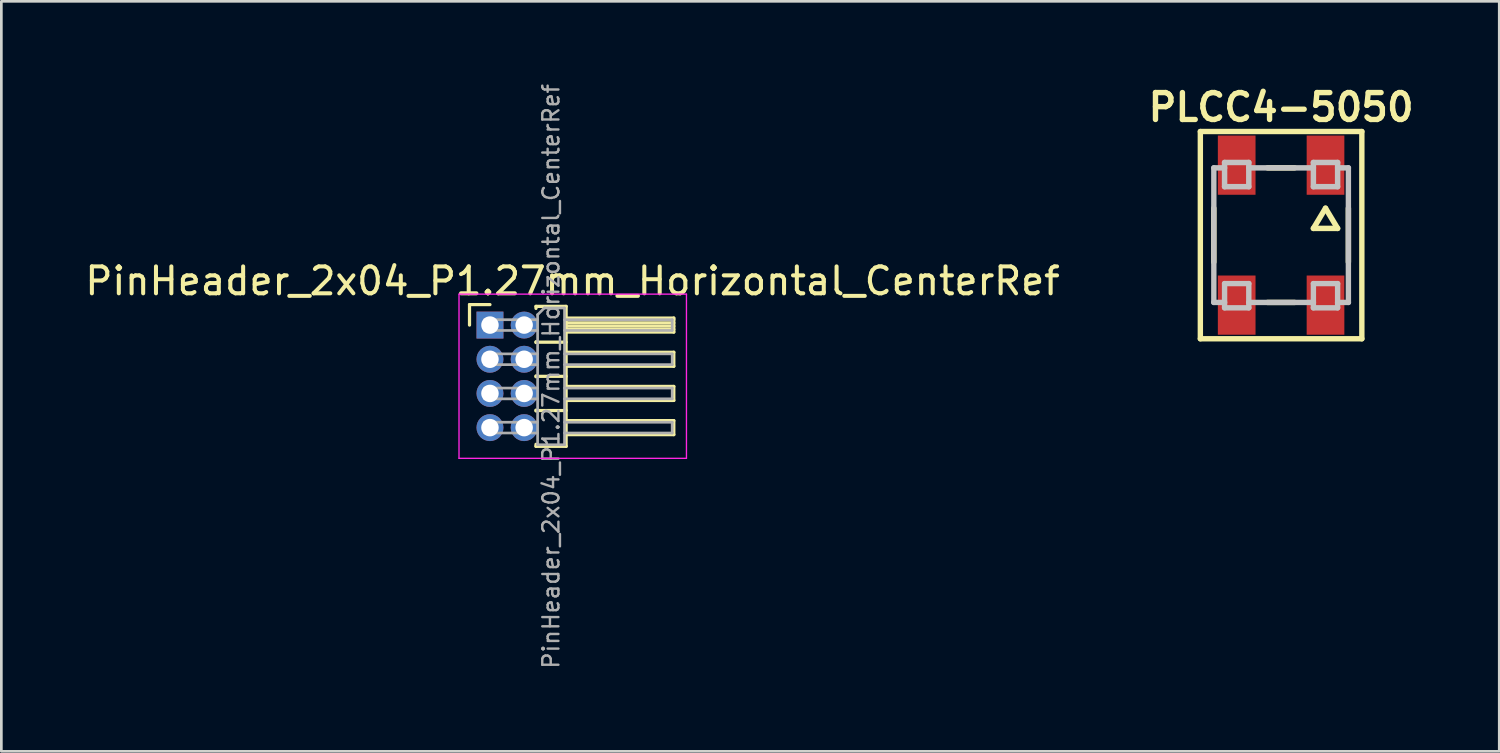
<source format=kicad_pcb>
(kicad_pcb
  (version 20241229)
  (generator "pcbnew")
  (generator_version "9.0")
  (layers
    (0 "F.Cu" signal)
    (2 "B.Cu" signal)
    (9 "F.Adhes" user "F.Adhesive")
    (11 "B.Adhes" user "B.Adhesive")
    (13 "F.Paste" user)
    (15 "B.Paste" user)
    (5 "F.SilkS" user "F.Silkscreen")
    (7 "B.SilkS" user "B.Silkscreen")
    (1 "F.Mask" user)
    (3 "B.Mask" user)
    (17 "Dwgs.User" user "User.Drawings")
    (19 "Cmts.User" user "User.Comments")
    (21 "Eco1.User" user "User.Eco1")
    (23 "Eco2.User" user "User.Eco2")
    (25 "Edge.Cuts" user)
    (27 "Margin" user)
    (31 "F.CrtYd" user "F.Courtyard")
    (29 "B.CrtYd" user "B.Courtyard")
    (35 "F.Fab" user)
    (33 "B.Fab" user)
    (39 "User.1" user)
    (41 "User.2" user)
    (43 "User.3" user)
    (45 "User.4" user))
  (footprint "PinHeader_2x04_P1.27mm_Horizontal_CenterRef"
    (layer "F.Cu")
    (at 15.788 10.932)
    (property "Reference" "PinHeader_2x04_P1.27mm_Horizontal_CenterRef" (at 2.433 -3.54 180) (layer "F.SilkS") (effects (font (size 1 1) (thickness 0.15))))
    (attr through_hole)
    (fp_line (start -1.395 -2.665) (end -0.635 -2.665) (stroke (width 0.12) (type solid)) (layer "F.SilkS"))
    (fp_line (start -1.395 -1.905) (end -1.395 -2.665) (stroke (width 0.12) (type solid)) (layer "F.SilkS"))
    (fp_line (start 1.075 -2.6) (end 2.195 -2.6) (stroke (width 0.12) (type solid)) (layer "F.SilkS"))
    (fp_line (start 1.075 -2.525) (end 1.075 -2.6) (stroke (width 0.12) (type solid)) (layer "F.SilkS"))
    (fp_line (start 1.075 -1.285) (end 1.075 -1.255) (stroke (width 0.12) (type solid)) (layer "F.SilkS"))
    (fp_line (start 1.075 -1.27) (end 2.195 -1.27) (stroke (width 0.12) (type solid)) (layer "F.SilkS"))
    (fp_line (start 1.075 -0.015) (end 1.075 0.015) (stroke (width 0.12) (type solid)) (layer "F.SilkS"))
    (fp_line (start 1.075 0) (end 2.195 0) (stroke (width 0.12) (type solid)) (layer "F.SilkS"))
    (fp_line (start 1.075 1.255) (end 1.075 1.285) (stroke (width 0.12) (type solid)) (layer "F.SilkS"))
    (fp_line (start 1.075 1.27) (end 2.195 1.27) (stroke (width 0.12) (type solid)) (layer "F.SilkS"))
    (fp_line (start 1.075 2.6) (end 1.075 2.525) (stroke (width 0.12) (type solid)) (layer "F.SilkS"))
    (fp_line (start 2.195 -2.6) (end 2.195 2.6) (stroke (width 0.12) (type solid)) (layer "F.SilkS"))
    (fp_line (start 2.195 -2.165) (end 6.195 -2.165) (stroke (width 0.12) (type solid)) (layer "F.SilkS"))
    (fp_line (start 2.195 -2.105) (end 6.195 -2.105) (stroke (width 0.12) (type solid)) (layer "F.SilkS"))
    (fp_line (start 2.195 -1.985) (end 6.195 -1.985) (stroke (width 0.12) (type solid)) (layer "F.SilkS"))
    (fp_line (start 2.195 -1.865) (end 6.195 -1.865) (stroke (width 0.12) (type solid)) (layer "F.SilkS"))
    (fp_line (start 2.195 -1.745) (end 6.195 -1.745) (stroke (width 0.12) (type solid)) (layer "F.SilkS"))
    (fp_line (start 2.195 -0.895) (end 6.195 -0.895) (stroke (width 0.12) (type solid)) (layer "F.SilkS"))
    (fp_line (start 2.195 0.375) (end 6.195 0.375) (stroke (width 0.12) (type solid)) (layer "F.SilkS"))
    (fp_line (start 2.195 1.645) (end 6.195 1.645) (stroke (width 0.12) (type solid)) (layer "F.SilkS"))
    (fp_line (start 2.195 2.6) (end 1.075 2.6) (stroke (width 0.12) (type solid)) (layer "F.SilkS"))
    (fp_line (start 6.195 -2.165) (end 6.195 -1.645) (stroke (width 0.12) (type solid)) (layer "F.SilkS"))
    (fp_line (start 6.195 -1.645) (end 2.195 -1.645) (stroke (width 0.12) (type solid)) (layer "F.SilkS"))
    (fp_line (start 6.195 -0.895) (end 6.195 -0.375) (stroke (width 0.12) (type solid)) (layer "F.SilkS"))
    (fp_line (start 6.195 -0.375) (end 2.195 -0.375) (stroke (width 0.12) (type solid)) (layer "F.SilkS"))
    (fp_line (start 6.195 0.375) (end 6.195 0.895) (stroke (width 0.12) (type solid)) (layer "F.SilkS"))
    (fp_line (start 6.195 0.895) (end 2.195 0.895) (stroke (width 0.12) (type solid)) (layer "F.SilkS"))
    (fp_line (start 6.195 1.645) (end 6.195 2.165) (stroke (width 0.12) (type solid)) (layer "F.SilkS"))
    (fp_line (start 6.195 2.165) (end 2.195 2.165) (stroke (width 0.12) (type solid)) (layer "F.SilkS"))
    (fp_line (start -1.785 -3.055) (end -1.785 3.045) (stroke (width 0.05) (type solid)) (layer "F.CrtYd"))
    (fp_line (start -1.785 3.045) (end 6.665 3.045) (stroke (width 0.05) (type solid)) (layer "F.CrtYd"))
    (fp_line (start 6.665 -3.055) (end -1.785 -3.055) (stroke (width 0.05) (type solid)) (layer "F.CrtYd"))
    (fp_line (start 6.665 3.045) (end 6.665 -3.055) (stroke (width 0.05) (type solid)) (layer "F.CrtYd"))
    (fp_line (start -0.835 -2.105) (end -0.835 -1.705) (stroke (width 0.1) (type solid)) (layer "F.Fab"))
    (fp_line (start -0.835 -2.105) (end 1.135 -2.105) (stroke (width 0.1) (type solid)) (layer "F.Fab"))
    (fp_line (start -0.835 -1.705) (end 1.135 -1.705) (stroke (width 0.1) (type solid)) (layer "F.Fab"))
    (fp_line (start -0.835 -0.835) (end -0.835 -0.435) (stroke (width 0.1) (type solid)) (layer "F.Fab"))
    (fp_line (start -0.835 -0.835) (end 1.135 -0.835) (stroke (width 0.1) (type solid)) (layer "F.Fab"))
    (fp_line (start -0.835 -0.435) (end 1.135 -0.435) (stroke (width 0.1) (type solid)) (layer "F.Fab"))
    (fp_line (start -0.835 0.435) (end -0.835 0.835) (stroke (width 0.1) (type solid)) (layer "F.Fab"))
    (fp_line (start -0.835 0.435) (end 1.135 0.435) (stroke (width 0.1) (type solid)) (layer "F.Fab"))
    (fp_line (start -0.835 0.835) (end 1.135 0.835) (stroke (width 0.1) (type solid)) (layer "F.Fab"))
    (fp_line (start -0.835 1.705) (end -0.835 2.105) (stroke (width 0.1) (type solid)) (layer "F.Fab"))
    (fp_line (start -0.835 1.705) (end 1.135 1.705) (stroke (width 0.1) (type solid)) (layer "F.Fab"))
    (fp_line (start -0.835 2.105) (end 1.135 2.105) (stroke (width 0.1) (type solid)) (layer "F.Fab"))
    (fp_line (start 1.135 -2.29) (end 1.385 -2.54) (stroke (width 0.1) (type solid)) (layer "F.Fab"))
    (fp_line (start 1.135 2.54) (end 1.135 -2.29) (stroke (width 0.1) (type solid)) (layer "F.Fab"))
    (fp_line (start 1.385 -2.54) (end 2.135 -2.54) (stroke (width 0.1) (type solid)) (layer "F.Fab"))
    (fp_line (start 2.135 -2.54) (end 2.135 2.54) (stroke (width 0.1) (type solid)) (layer "F.Fab"))
    (fp_line (start 2.135 -2.105) (end 6.135 -2.105) (stroke (width 0.1) (type solid)) (layer "F.Fab"))
    (fp_line (start 2.135 -1.705) (end 6.135 -1.705) (stroke (width 0.1) (type solid)) (layer "F.Fab"))
    (fp_line (start 2.135 -0.835) (end 6.135 -0.835) (stroke (width 0.1) (type solid)) (layer "F.Fab"))
    (fp_line (start 2.135 -0.435) (end 6.135 -0.435) (stroke (width 0.1) (type solid)) (layer "F.Fab"))
    (fp_line (start 2.135 0.435) (end 6.135 0.435) (stroke (width 0.1) (type solid)) (layer "F.Fab"))
    (fp_line (start 2.135 0.835) (end 6.135 0.835) (stroke (width 0.1) (type solid)) (layer "F.Fab"))
    (fp_line (start 2.135 1.705) (end 6.135 1.705) (stroke (width 0.1) (type solid)) (layer "F.Fab"))
    (fp_line (start 2.135 2.105) (end 6.135 2.105) (stroke (width 0.1) (type solid)) (layer "F.Fab"))
    (fp_line (start 2.135 2.54) (end 1.135 2.54) (stroke (width 0.1) (type solid)) (layer "F.Fab"))
    (fp_line (start 6.135 -2.105) (end 6.135 -1.705) (stroke (width 0.1) (type solid)) (layer "F.Fab"))
    (fp_line (start 6.135 -0.835) (end 6.135 -0.435) (stroke (width 0.1) (type solid)) (layer "F.Fab"))
    (fp_line (start 6.135 0.435) (end 6.135 0.835) (stroke (width 0.1) (type solid)) (layer "F.Fab"))
    (fp_line (start 6.135 1.705) (end 6.135 2.105) (stroke (width 0.1) (type solid)) (layer "F.Fab"))
    (fp_text user "${REFERENCE}" (at 1.635 0 90) (layer "F.Fab") (effects (font (size 0.6 0.6) (thickness 0.09))))
    (pad "1" thru_hole rect (at -0.635 -1.905) (size 1 1) (drill 0.65) (layers "*.Cu" "*.Mask"))
    (pad "2" thru_hole oval (at 0.635 -1.905) (size 1 1) (drill 0.65) (layers "*.Cu" "*.Mask"))
    (pad "3" thru_hole oval (at -0.635 -0.635) (size 1 1) (drill 0.65) (layers "*.Cu" "*.Mask"))
    (pad "4" thru_hole oval (at 0.635 -0.635) (size 1 1) (drill 0.65) (layers "*.Cu" "*.Mask"))
    (pad "5" thru_hole oval (at -0.635 0.635) (size 1 1) (drill 0.65) (layers "*.Cu" "*.Mask"))
    (pad "6" thru_hole oval (at 0.635 0.635) (size 1 1) (drill 0.65) (layers "*.Cu" "*.Mask"))
    (pad "7" thru_hole oval (at -0.635 1.905) (size 1 1) (drill 0.65) (layers "*.Cu" "*.Mask"))
    (pad "8" thru_hole oval (at 0.635 1.905) (size 1 1) (drill 0.65) (layers "*.Cu" "*.Mask")))
  (footprint "PLCC4-5050"
    (layer "F.Cu")
    (at 44.545 5.686)
    (property "Reference" "PLCC4-5050" (at 0 -4.75 0) (layer "F.SilkS") (effects (font (size 1 1) (thickness 0.2))))
    (attr through_hole)
    (fp_line (start -3 -3.85) (end 3 -3.85) (stroke (width 0.2) (type solid)) (layer "F.SilkS"))
    (fp_line (start -3 3.85) (end -3 -3.85) (stroke (width 0.2) (type solid)) (layer "F.SilkS"))
    (fp_line (start -2.5 -1) (end -2.5 1) (stroke (width 0.203) (type solid)) (layer "F.SilkS"))
    (fp_line (start -0.5 -2.5) (end 0.5 -2.5) (stroke (width 0.203) (type solid)) (layer "F.SilkS"))
    (fp_line (start -0.5 2.5) (end 0.5 2.5) (stroke (width 0.203) (type solid)) (layer "F.SilkS"))
    (fp_line (start 1.2 -0.25) (end 2.1 -0.25) (stroke (width 0.203) (type solid)) (layer "F.SilkS"))
    (fp_line (start 1.65 -1) (end 1.2 -0.25) (stroke (width 0.203) (type solid)) (layer "F.SilkS"))
    (fp_line (start 2.1 -0.25) (end 1.65 -1) (stroke (width 0.203) (type solid)) (layer "F.SilkS"))
    (fp_line (start 2.5 -1) (end 2.5 1) (stroke (width 0.203) (type solid)) (layer "F.SilkS"))
    (fp_line (start 3 -3.85) (end 3 3.85) (stroke (width 0.2) (type solid)) (layer "F.SilkS"))
    (fp_line (start 3 3.85) (end -3 3.85) (stroke (width 0.2) (type solid)) (layer "F.SilkS"))
    (fp_line (start -2.5 -2.5) (end -2.1 -2.5) (stroke (width 0.203) (type solid)) (layer "Dwgs.User"))
    (fp_line (start -2.5 2.5) (end -2.1 2.5) (stroke (width 0.203) (type solid)) (layer "Dwgs.User"))
    (fp_line (start -2.499 2.499) (end -2.499 -2.499) (stroke (width 0.2) (type solid)) (layer "Dwgs.User"))
    (fp_line (start -2.1 -2.7) (end -1.2 -2.7) (stroke (width 0.203) (type solid)) (layer "Dwgs.User"))
    (fp_line (start -2.1 -1.8) (end -2.1 -2.7) (stroke (width 0.203) (type solid)) (layer "Dwgs.User"))
    (fp_line (start -2.1 1.8) (end -1.2 1.8) (stroke (width 0.2) (type solid)) (layer "Dwgs.User"))
    (fp_line (start -2.1 2.7) (end -2.1 1.8) (stroke (width 0.2) (type solid)) (layer "Dwgs.User"))
    (fp_line (start -1.2 -2.7) (end -1.2 -1.8) (stroke (width 0.203) (type solid)) (layer "Dwgs.User"))
    (fp_line (start -1.2 -2.5) (end 1.2 -2.5) (stroke (width 0.203) (type solid)) (layer "Dwgs.User"))
    (fp_line (start -1.2 -1.8) (end -2.1 -1.8) (stroke (width 0.203) (type solid)) (layer "Dwgs.User"))
    (fp_line (start -1.2 1.8) (end -1.2 2.7) (stroke (width 0.2) (type solid)) (layer "Dwgs.User"))
    (fp_line (start -1.2 2.5) (end 1.2 2.5) (stroke (width 0.203) (type solid)) (layer "Dwgs.User"))
    (fp_line (start -1.2 2.7) (end -2.1 2.7) (stroke (width 0.2) (type solid)) (layer "Dwgs.User"))
    (fp_line (start 1.2 -2.7) (end 1.2 -1.8) (stroke (width 0.203) (type solid)) (layer "Dwgs.User"))
    (fp_line (start 1.2 -1.8) (end 2.1 -1.8) (stroke (width 0.203) (type solid)) (layer "Dwgs.User"))
    (fp_line (start 1.2 1.8) (end 2.1 1.8) (stroke (width 0.2) (type solid)) (layer "Dwgs.User"))
    (fp_line (start 1.2 2.7) (end 1.2 1.8) (stroke (width 0.2) (type solid)) (layer "Dwgs.User"))
    (fp_line (start 2.1 -2.7) (end 1.2 -2.7) (stroke (width 0.203) (type solid)) (layer "Dwgs.User"))
    (fp_line (start 2.1 -2.5) (end 2.5 -2.5) (stroke (width 0.203) (type solid)) (layer "Dwgs.User"))
    (fp_line (start 2.1 -1.8) (end 2.1 -2.7) (stroke (width 0.203) (type solid)) (layer "Dwgs.User"))
    (fp_line (start 2.1 1.8) (end 2.1 2.7) (stroke (width 0.2) (type solid)) (layer "Dwgs.User"))
    (fp_line (start 2.1 2.5) (end 2.5 2.5) (stroke (width 0.203) (type solid)) (layer "Dwgs.User"))
    (fp_line (start 2.1 2.7) (end 1.2 2.7) (stroke (width 0.2) (type solid)) (layer "Dwgs.User"))
    (fp_line (start 2.5 -2.5) (end 2.5 2.5) (stroke (width 0.2) (type solid)) (layer "Dwgs.User"))
    (pad "1" smd rect (at 1.65 -2.6) (size 1.4 2.2) (layers "F.Cu" "F.Mask" "F.Paste"))
    (pad "2" smd rect (at -1.65 -2.6) (size 1.4 2.2) (layers "F.Cu" "F.Mask" "F.Paste"))
    (pad "3" smd rect (at -1.65 2.6) (size 1.4 2.2) (layers "F.Cu" "F.Mask" "F.Paste"))
    (pad "4" smd rect (at 1.65 2.6) (size 1.4 2.2) (layers "F.Cu" "F.Mask" "F.Paste")))
  (gr_rect
    (start -3 -3)
    (end 52.65 24.864)
    (stroke (width 0.1) (type default))
    (fill no)
    (layer "Edge.Cuts")))
</source>
